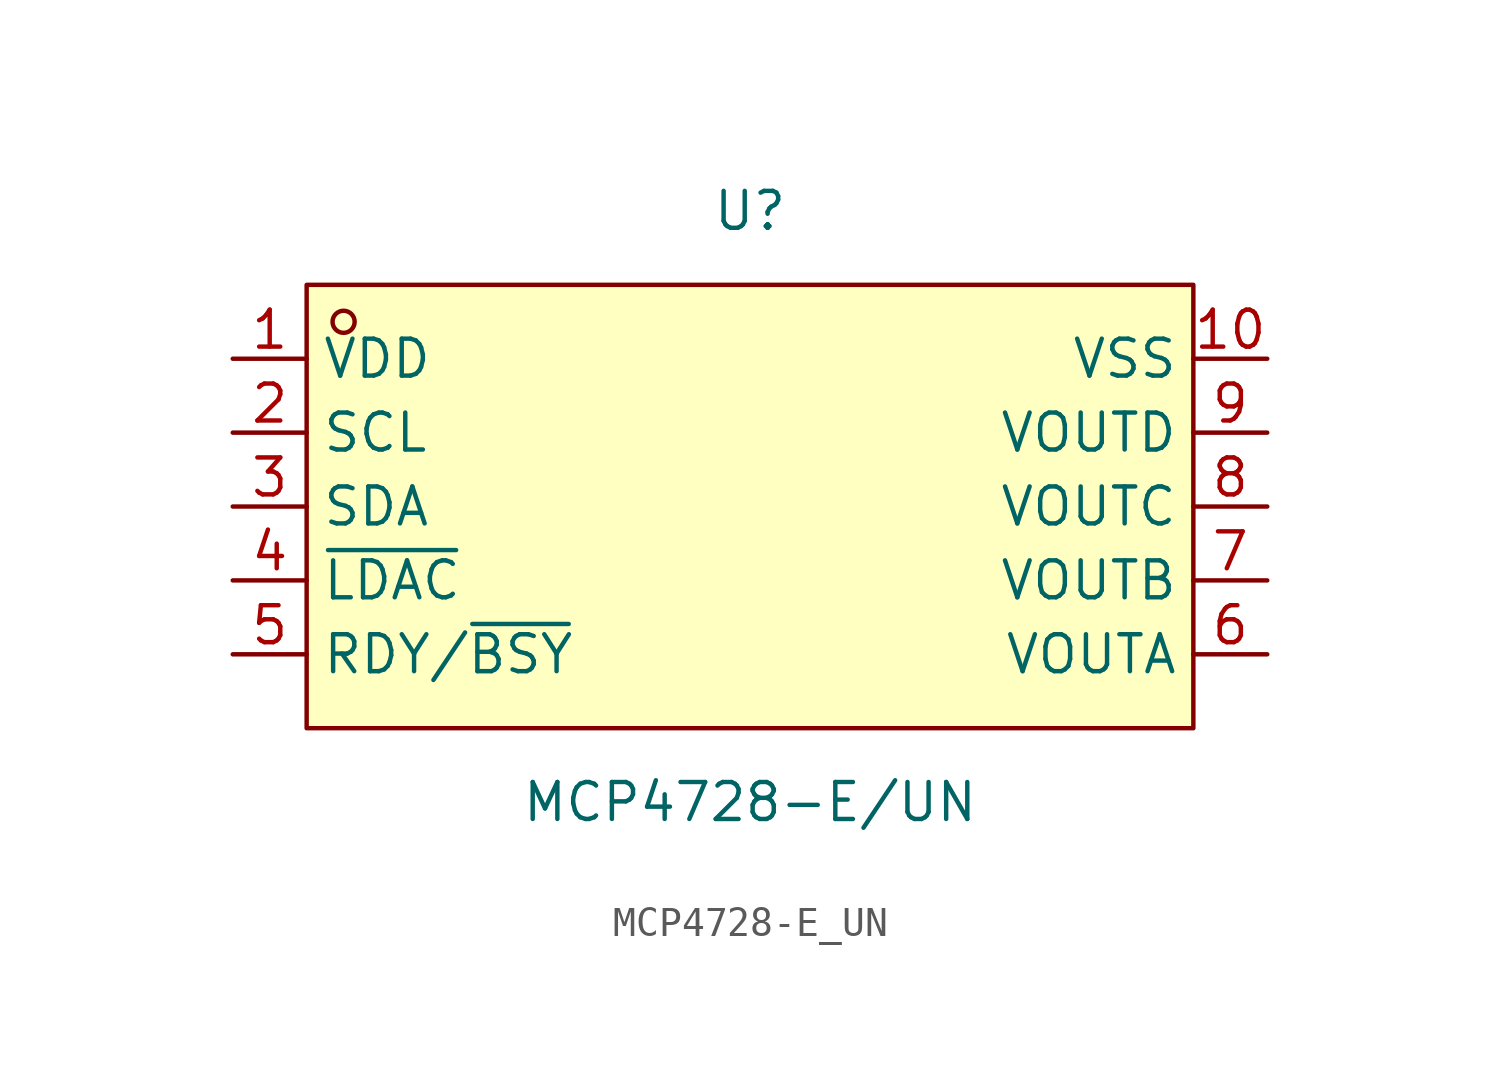
<source format=kicad_sym>
(kicad_symbol_lib
  (version 20211014)
  (generator https://github.com/uPesy/easyeda2kicad.py)
  (symbol "MCP4728-E_UN"
    (property "Reference" "U"
      (at 0 10.16 0)
      (effects (font (size 1.27 1.27))))
    (property "Value" "MCP4728-E/UN"
      (at 0 -10.16 0)
      (effects (font (size 1.27 1.27))))
    (symbol "MCP4728-E_UN_0_1"
      (rectangle (start -15.24 7.62) (end 15.24 -7.62) (stroke (width 0) (type default) (color 0 0 0 0)) (fill (type background)))
      (circle (center -13.97 6.35) (radius 0.38) (stroke (width 0) (type default) (color 0 0 0 0)) (fill (type none)))
      (pin unspecified line (at -17.78 5.08 0) (length 2.54) (name "VDD" (effects (font (size 1.27 1.27)))) (number "1" (effects (font (size 1.27 1.27)))))
      (pin unspecified line (at -17.78 2.54 0) (length 2.54) (name "SCL" (effects (font (size 1.27 1.27)))) (number "2" (effects (font (size 1.27 1.27)))))
      (pin unspecified line (at -17.78 -0.00 0) (length 2.54) (name "SDA" (effects (font (size 1.27 1.27)))) (number "3" (effects (font (size 1.27 1.27)))))
      (pin unspecified line (at -17.78 -2.54 0) (length 2.54) (name "~{LDAC}" (effects (font (size 1.27 1.27)))) (number "4" (effects (font (size 1.27 1.27)))))
      (pin unspecified line (at -17.78 -5.08 0) (length 2.54) (name "RDY/~{BSY}" (effects (font (size 1.27 1.27)))) (number "5" (effects (font (size 1.27 1.27)))))
      (pin unspecified line (at 17.78 -5.08 180) (length 2.54) (name "VOUTA" (effects (font (size 1.27 1.27)))) (number "6" (effects (font (size 1.27 1.27)))))
      (pin unspecified line (at 17.78 -2.54 180) (length 2.54) (name "VOUTB" (effects (font (size 1.27 1.27)))) (number "7" (effects (font (size 1.27 1.27)))))
      (pin unspecified line (at 17.78 -0.00 180) (length 2.54) (name "VOUTC" (effects (font (size 1.27 1.27)))) (number "8" (effects (font (size 1.27 1.27)))))
      (pin unspecified line (at 17.78 2.54 180) (length 2.54) (name "VOUTD" (effects (font (size 1.27 1.27)))) (number "9" (effects (font (size 1.27 1.27)))))
      (pin unspecified line (at 17.78 5.08 180) (length 2.54) (name "VSS" (effects (font (size 1.27 1.27)))) (number "10" (effects (font (size 1.27 1.27))))))))
</source>
